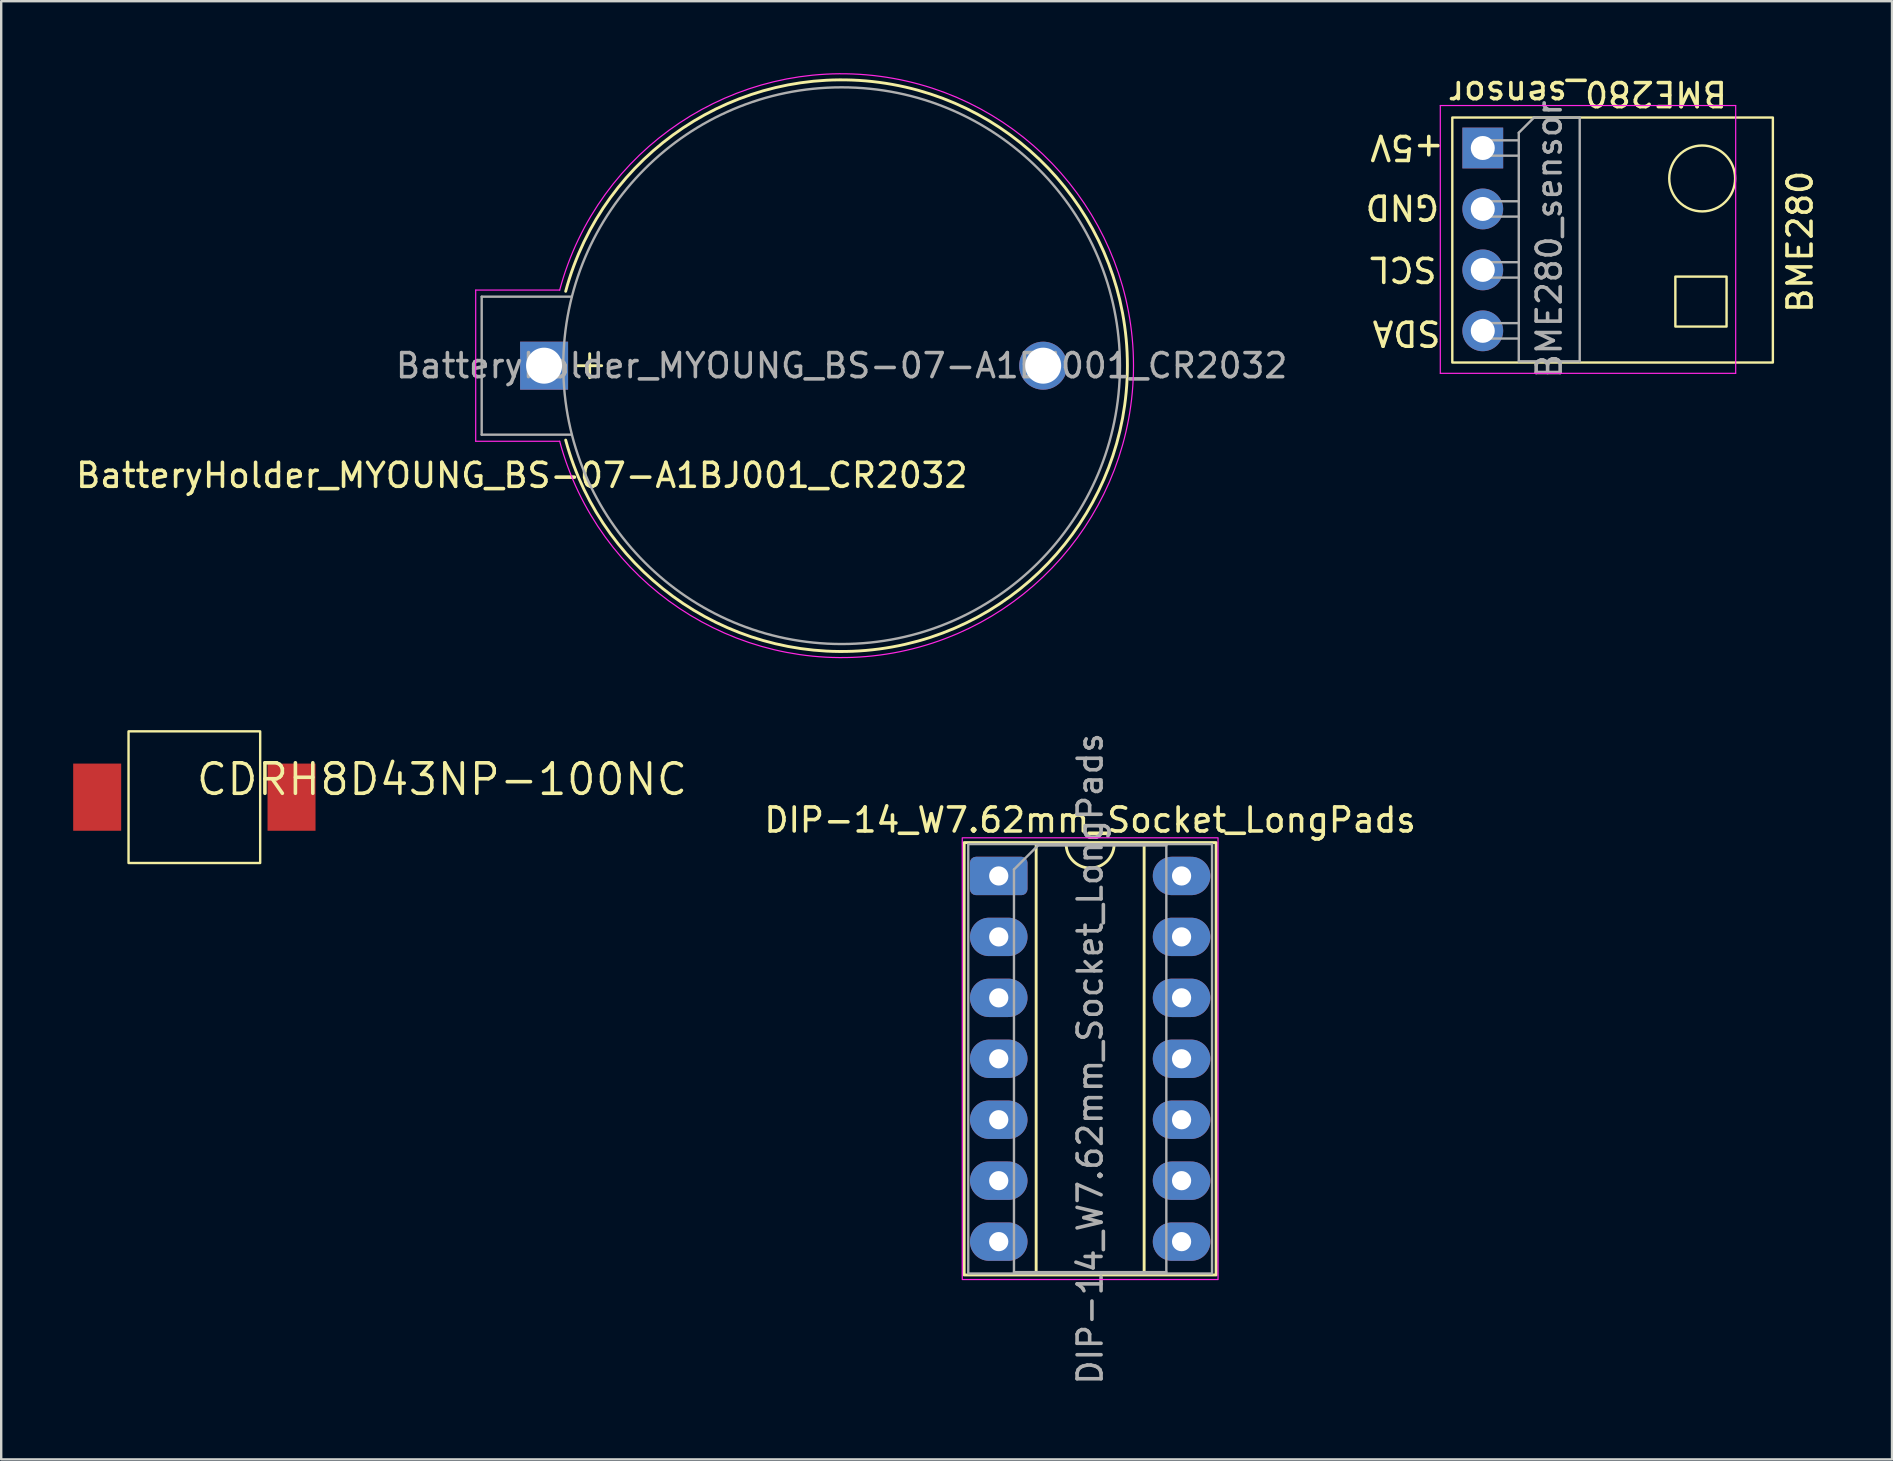
<source format=kicad_pcb>
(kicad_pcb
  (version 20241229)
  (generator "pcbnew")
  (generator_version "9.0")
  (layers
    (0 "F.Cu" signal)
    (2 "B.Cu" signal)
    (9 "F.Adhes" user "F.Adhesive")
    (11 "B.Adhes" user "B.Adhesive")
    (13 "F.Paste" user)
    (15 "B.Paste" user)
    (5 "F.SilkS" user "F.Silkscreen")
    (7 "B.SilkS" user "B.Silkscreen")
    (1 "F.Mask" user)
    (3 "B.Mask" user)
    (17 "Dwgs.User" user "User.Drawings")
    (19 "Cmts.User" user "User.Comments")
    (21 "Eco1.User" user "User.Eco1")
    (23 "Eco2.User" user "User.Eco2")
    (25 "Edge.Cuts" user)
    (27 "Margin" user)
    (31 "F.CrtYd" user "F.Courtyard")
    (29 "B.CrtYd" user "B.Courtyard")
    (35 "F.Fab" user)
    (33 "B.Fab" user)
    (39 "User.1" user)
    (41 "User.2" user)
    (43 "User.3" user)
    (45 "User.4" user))
  (footprint "BME280_sensor"
    (layer "F.Cu")
    (at 58.746 3.118)
    (property "Reference" "BME280_sensor" (at 4.385 -2.27 180) (unlocked yes) (layer "F.SilkS") (effects (font (size 1 1) (thickness 0.15))))
    (attr through_hole)
    (fp_rect (start -1.27 -1.27) (end 12.09 8.941) (stroke (width 0.1) (type default)) (fill no) (layer "F.SilkS"))
    (fp_rect (start 8.026 5.359) (end 10.16 7.442) (stroke (width 0.1) (type default)) (fill no) (layer "F.SilkS"))
    (fp_circle (center 9.144 1.269) (end 10.211 2.133) (stroke (width 0.1) (type default)) (fill no) (layer "F.SilkS"))
    (fp_line (start -1.77 -1.77) (end -1.77 9.39) (stroke (width 0.05) (type solid)) (layer "F.CrtYd"))
    (fp_line (start -1.77 9.39) (end 10.54 9.39) (stroke (width 0.05) (type solid)) (layer "F.CrtYd"))
    (fp_line (start 10.54 -1.77) (end -1.77 -1.77) (stroke (width 0.05) (type solid)) (layer "F.CrtYd"))
    (fp_line (start 10.54 9.39) (end 10.54 -1.77) (stroke (width 0.05) (type solid)) (layer "F.CrtYd"))
    (fp_line (start -0.32 -0.32) (end -0.32 0.32) (stroke (width 0.1) (type solid)) (layer "F.Fab"))
    (fp_line (start -0.32 -0.32) (end 1.5 -0.32) (stroke (width 0.1) (type solid)) (layer "F.Fab"))
    (fp_line (start -0.32 0.32) (end 1.5 0.32) (stroke (width 0.1) (type solid)) (layer "F.Fab"))
    (fp_line (start -0.32 2.22) (end -0.32 2.86) (stroke (width 0.1) (type solid)) (layer "F.Fab"))
    (fp_line (start -0.32 2.22) (end 1.5 2.22) (stroke (width 0.1) (type solid)) (layer "F.Fab"))
    (fp_line (start -0.32 2.86) (end 1.5 2.86) (stroke (width 0.1) (type solid)) (layer "F.Fab"))
    (fp_line (start -0.32 4.76) (end -0.32 5.4) (stroke (width 0.1) (type solid)) (layer "F.Fab"))
    (fp_line (start -0.32 4.76) (end 1.5 4.76) (stroke (width 0.1) (type solid)) (layer "F.Fab"))
    (fp_line (start -0.32 5.4) (end 1.5 5.4) (stroke (width 0.1) (type solid)) (layer "F.Fab"))
    (fp_line (start -0.32 7.3) (end -0.32 7.94) (stroke (width 0.1) (type solid)) (layer "F.Fab"))
    (fp_line (start -0.32 7.3) (end 1.5 7.3) (stroke (width 0.1) (type solid)) (layer "F.Fab"))
    (fp_line (start -0.32 7.94) (end 1.5 7.94) (stroke (width 0.1) (type solid)) (layer "F.Fab"))
    (fp_line (start 1.5 -0.635) (end 2.135 -1.27) (stroke (width 0.1) (type solid)) (layer "F.Fab"))
    (fp_line (start 1.5 8.89) (end 1.5 -0.635) (stroke (width 0.1) (type solid)) (layer "F.Fab"))
    (fp_line (start 2.135 -1.27) (end 4.04 -1.27) (stroke (width 0.1) (type solid)) (layer "F.Fab"))
    (fp_line (start 4.04 -1.27) (end 4.04 8.89) (stroke (width 0.1) (type solid)) (layer "F.Fab"))
    (fp_line (start 4.04 8.89) (end 1.5 8.89) (stroke (width 0.1) (type solid)) (layer "F.Fab"))
    (fp_text user "+5V" (at -1.533 -0.61 180) (unlocked yes) (layer "F.SilkS") (effects (font (size 1 1) (thickness 0.15)) (justify left bottom)))
    (fp_text user "GND" (at -1.727 1.88 180) (unlocked yes) (layer "F.SilkS") (effects (font (size 1 1) (thickness 0.15)) (justify left bottom)))
    (fp_text user "BME280" (at 13.809 6.96 90) (unlocked yes) (layer "F.SilkS") (effects (font (size 1 1) (thickness 0.15)) (justify left bottom)))
    (fp_text user "SDA" (at -1.676 7.131 180) (unlocked yes) (layer "F.SilkS") (effects (font (size 1 1) (thickness 0.15)) (justify left bottom)))
    (fp_text user "SCL" (at -1.838 4.47 180) (unlocked yes) (layer "F.SilkS") (effects (font (size 1 1) (thickness 0.15)) (justify left bottom)))
    (fp_text user "${REFERENCE}" (at 2.77 3.81 270) (layer "F.Fab") (effects (font (size 1 1) (thickness 0.15))))
    (pad "1" thru_hole rect (at 0 0) (size 1.7 1.7) (drill 1) (layers "*.Cu" "*.Mask"))
    (pad "2" thru_hole circle (at 0 2.54) (size 1.7 1.7) (drill 1) (layers "*.Cu" "*.Mask"))
    (pad "3" thru_hole circle (at 0 5.08) (size 1.7 1.7) (drill 1) (layers "*.Cu" "*.Mask"))
    (pad "4" thru_hole circle (at 0 7.62) (size 1.7 1.7) (drill 1) (layers "*.Cu" "*.Mask")))
  (footprint "DIP-14_W7.62mm_Socket_LongPads"
    (layer "F.Cu")
    (at 38.573 33.456)
    (property "Reference" "DIP-14_W7.62mm_Socket_LongPads" (at 3.81 -2.33 0) (layer "F.SilkS") (effects (font (size 1 1) (thickness 0.15))))
    (attr through_hole)
    (fp_line (start 1.56 -1.33) (end 1.56 16.57) (stroke (width 0.12) (type solid)) (layer "F.SilkS"))
    (fp_line (start 1.56 16.57) (end 6.06 16.57) (stroke (width 0.12) (type solid)) (layer "F.SilkS"))
    (fp_line (start 2.81 -1.33) (end 1.56 -1.33) (stroke (width 0.12) (type solid)) (layer "F.SilkS"))
    (fp_line (start 6.06 -1.33) (end 4.81 -1.33) (stroke (width 0.12) (type solid)) (layer "F.SilkS"))
    (fp_line (start 6.06 16.57) (end 6.06 -1.33) (stroke (width 0.12) (type solid)) (layer "F.SilkS"))
    (fp_rect (start -1.44 -1.39) (end 9.06 16.63) (stroke (width 0.12) (type solid)) (fill no) (layer "F.SilkS"))
    (fp_arc (start 4.81 -1.33) (mid 3.81 -0.33) (end 2.81 -1.33) (stroke (width 0.12) (type solid)) (layer "F.SilkS"))
    (fp_rect (start -1.52 -1.59) (end 9.14 16.82) (stroke (width 0.05) (type solid)) (fill no) (layer "F.CrtYd"))
    (fp_line (start 0.635 -0.27) (end 1.635 -1.27) (stroke (width 0.1) (type solid)) (layer "F.Fab"))
    (fp_line (start 0.635 16.51) (end 0.635 -0.27) (stroke (width 0.1) (type solid)) (layer "F.Fab"))
    (fp_line (start 1.635 -1.27) (end 6.985 -1.27) (stroke (width 0.1) (type solid)) (layer "F.Fab"))
    (fp_line (start 6.985 -1.27) (end 6.985 16.51) (stroke (width 0.1) (type solid)) (layer "F.Fab"))
    (fp_line (start 6.985 16.51) (end 0.635 16.51) (stroke (width 0.1) (type solid)) (layer "F.Fab"))
    (fp_rect (start -1.27 -1.33) (end 8.89 16.57) (stroke (width 0.1) (type solid)) (fill no) (layer "F.Fab"))
    (fp_text user "${REFERENCE}" (at 3.81 7.62 90) (layer "F.Fab") (effects (font (size 1 1) (thickness 0.15))))
    (pad "1" thru_hole roundrect (at 0 0) (size 2.4 1.6) (drill 0.8) (layers "*.Cu" "*.Mask") (roundrect_rratio 0.156))
    (pad "2" thru_hole oval (at 0 2.54) (size 2.4 1.6) (drill 0.8) (layers "*.Cu" "*.Mask"))
    (pad "3" thru_hole oval (at 0 5.08) (size 2.4 1.6) (drill 0.8) (layers "*.Cu" "*.Mask"))
    (pad "4" thru_hole oval (at 0 7.62) (size 2.4 1.6) (drill 0.8) (layers "*.Cu" "*.Mask"))
    (pad "5" thru_hole oval (at 0 10.16) (size 2.4 1.6) (drill 0.8) (layers "*.Cu" "*.Mask"))
    (pad "6" thru_hole oval (at 0 12.7) (size 2.4 1.6) (drill 0.8) (layers "*.Cu" "*.Mask"))
    (pad "7" thru_hole oval (at 0 15.24) (size 2.4 1.6) (drill 0.8) (layers "*.Cu" "*.Mask"))
    (pad "8" thru_hole oval (at 7.62 15.24) (size 2.4 1.6) (drill 0.8) (layers "*.Cu" "*.Mask"))
    (pad "9" thru_hole oval (at 7.62 12.7) (size 2.4 1.6) (drill 0.8) (layers "*.Cu" "*.Mask"))
    (pad "10" thru_hole oval (at 7.62 10.16) (size 2.4 1.6) (drill 0.8) (layers "*.Cu" "*.Mask"))
    (pad "11" thru_hole oval (at 7.62 7.62) (size 2.4 1.6) (drill 0.8) (layers "*.Cu" "*.Mask"))
    (pad "12" thru_hole oval (at 7.62 5.08) (size 2.4 1.6) (drill 0.8) (layers "*.Cu" "*.Mask"))
    (pad "13" thru_hole oval (at 7.62 2.54) (size 2.4 1.6) (drill 0.8) (layers "*.Cu" "*.Mask"))
    (pad "14" thru_hole oval (at 7.62 0) (size 2.4 1.6) (drill 0.8) (layers "*.Cu" "*.Mask")))
  (footprint "CDRH8D43NP-100NC"
    (layer "F.Cu")
    (at 5.05 30.173)
    (property "Reference" "CDRH8D43NP-100NC" (at 0 0 0) (layer "F.SilkS") (effects (font (size 1.27 1.27) (thickness 0.15)) (justify left bottom)))
    (fp_rect (start -2.743 -2.743) (end 2.743 2.743) (stroke (width 0.1) (type default)) (fill no) (layer "F.SilkS"))
    (pad "1" smd rect (at -4.05 0) (size 2 2.8) (layers "F.Cu" "F.Mask" "F.Paste"))
    (pad "2" smd rect (at 4.05 0) (size 2 2.8) (layers "F.Cu" "F.Mask" "F.Paste")))
  (footprint "BatteryHolder_MYOUNG_BS-07-A1BJ001_CR2032"
    (layer "F.Cu")
    (at 19.625 12.19)
    (property "Reference" "BatteryHolder_MYOUNG_BS-07-A1BJ001_CR2032" (at -0.928 4.572 0) (unlocked yes) (layer "F.SilkS") (effects (font (size 1 1) (thickness 0.15))))
    (attr through_hole)
    (fp_line (start 1.4 0) (end 2.4 0) (stroke (width 0.12) (type default)) (layer "F.SilkS"))
    (fp_line (start 1.9 -0.5) (end 1.9 0.5) (stroke (width 0.12) (type default)) (layer "F.SilkS"))
    (fp_arc (start 0.900001 -3.1) (mid 24.310499 0) (end 0.900001 3.1) (stroke (width 0.12) (type default)) (layer "F.SilkS"))
    (fp_line (start -2.85 -3.15) (end 0.65 -3.15) (stroke (width 0.05) (type default)) (layer "F.CrtYd"))
    (fp_line (start -2.85 3.15) (end -2.85 -3.15) (stroke (width 0.05) (type default)) (layer "F.CrtYd"))
    (fp_line (start 0.65 3.15) (end -2.85 3.15) (stroke (width 0.05) (type default)) (layer "F.CrtYd"))
    (fp_arc (start 0.65 -3.15) (mid 24.564907 0) (end 0.65 3.15) (stroke (width 0.05) (type default)) (layer "F.CrtYd"))
    (fp_line (start -2.6 -2.875) (end -2.6 2.875) (stroke (width 0.1) (type default)) (layer "F.Fab"))
    (fp_line (start -2.6 -2.875) (end 1.15 -2.875) (stroke (width 0.1) (type default)) (layer "F.Fab"))
    (fp_line (start -2.6 2.875) (end 1.15 2.875) (stroke (width 0.1) (type default)) (layer "F.Fab"))
    (fp_circle (center 12.4 0) (end 24 0) (stroke (width 0.1) (type default)) (fill no) (layer "F.Fab"))
    (fp_text user "${REFERENCE}" (at 12.4 0 0) (unlocked yes) (layer "F.Fab") (effects (font (size 1 1) (thickness 0.15))))
    (pad "1" thru_hole rect (at 0 0 180) (size 2 2) (drill 1.5) (layers "*.Cu" "*.Mask"))
    (pad "2" thru_hole circle (at 20.8 0 180) (size 2 2) (drill 1.5) (layers "*.Cu" "*.Mask")))
  (gr_rect
    (start -3 -3)
    (end 75.801 57.773)
    (stroke (width 0.1) (type default))
    (fill no)
    (layer "Edge.Cuts")))
</source>
